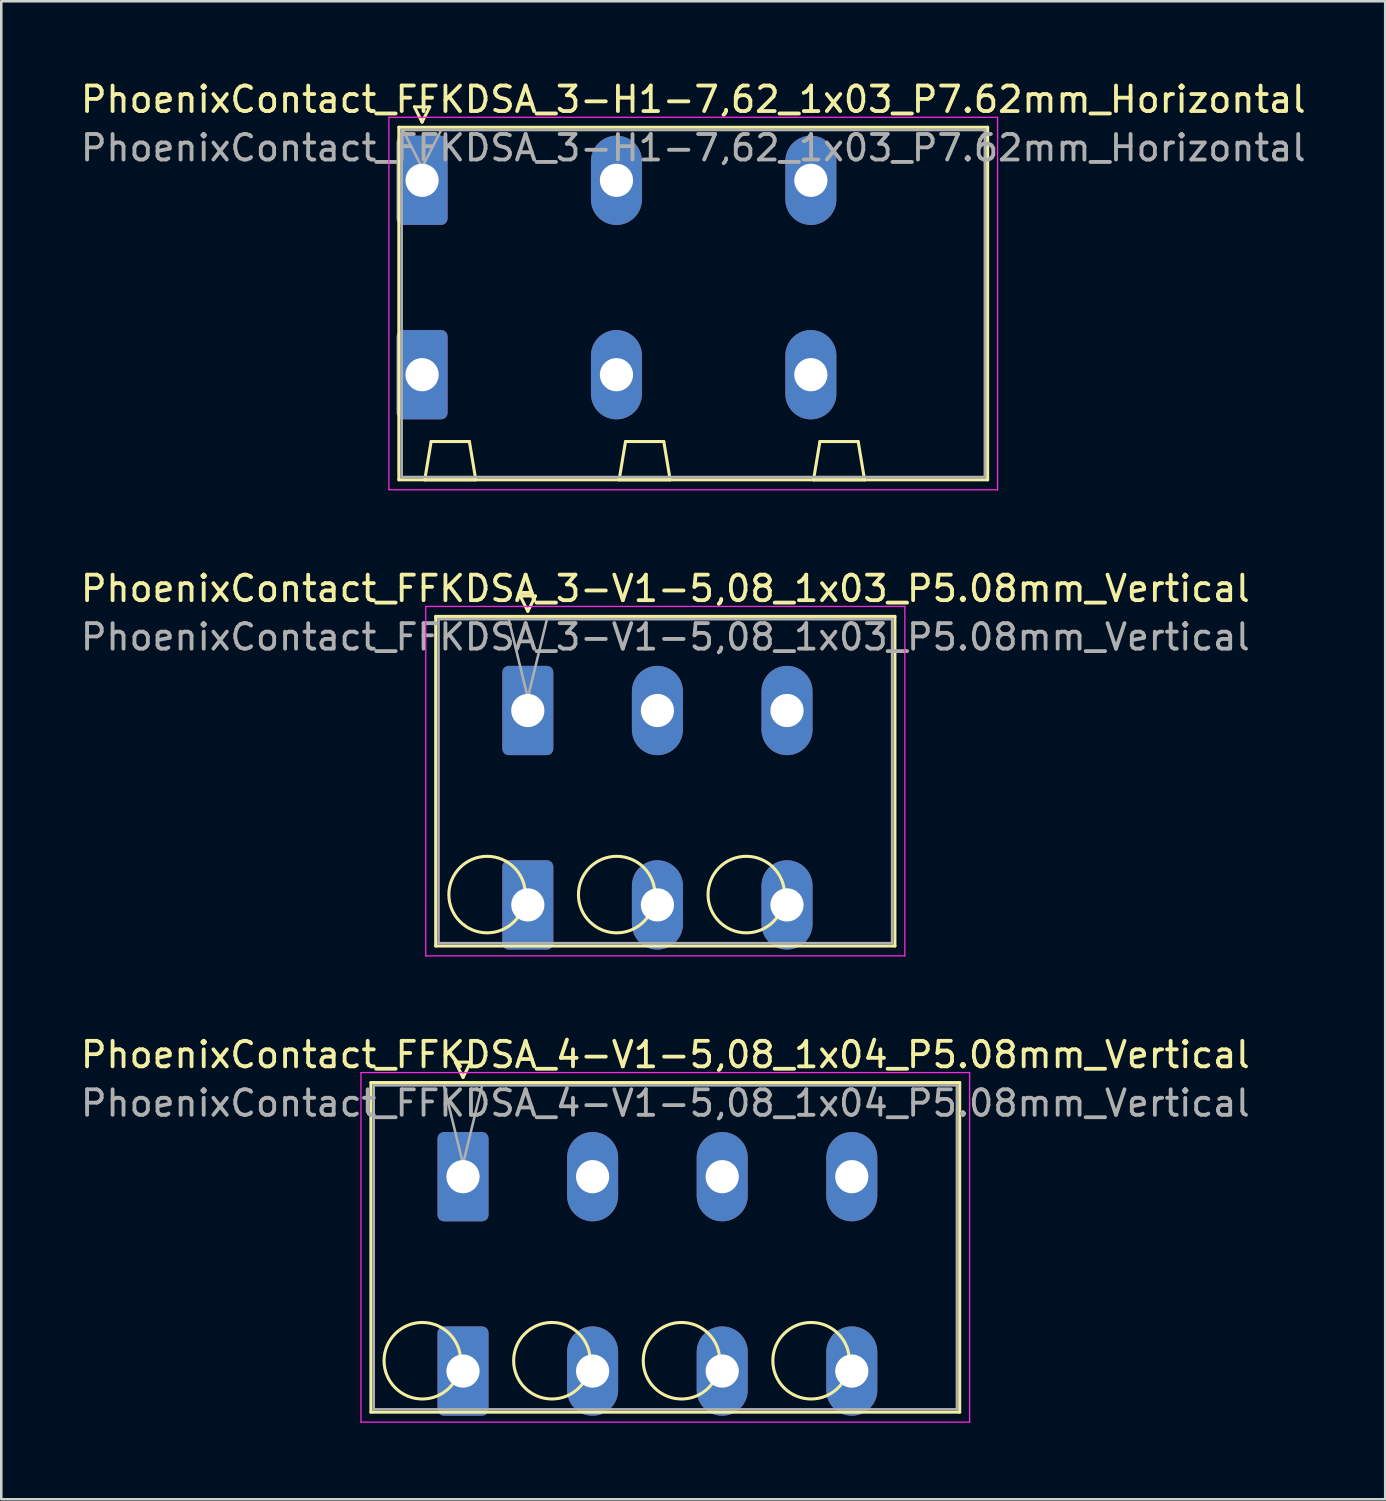
<source format=kicad_pcb>
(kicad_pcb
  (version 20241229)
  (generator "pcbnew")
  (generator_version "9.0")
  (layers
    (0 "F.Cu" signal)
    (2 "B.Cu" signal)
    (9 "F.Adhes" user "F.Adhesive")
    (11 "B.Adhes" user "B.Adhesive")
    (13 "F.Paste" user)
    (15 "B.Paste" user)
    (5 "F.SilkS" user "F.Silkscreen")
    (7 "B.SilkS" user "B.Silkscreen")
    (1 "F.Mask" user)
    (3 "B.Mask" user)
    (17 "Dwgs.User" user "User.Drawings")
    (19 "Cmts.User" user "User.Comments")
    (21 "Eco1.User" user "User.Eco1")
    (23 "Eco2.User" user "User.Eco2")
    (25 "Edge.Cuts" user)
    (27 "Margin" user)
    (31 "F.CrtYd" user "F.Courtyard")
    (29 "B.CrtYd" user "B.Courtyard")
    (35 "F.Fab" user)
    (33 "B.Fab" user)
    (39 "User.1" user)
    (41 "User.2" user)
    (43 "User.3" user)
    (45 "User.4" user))
  (footprint "PhoenixContact_FFKDSA_3-H1-7,62_1x03_P7.62mm_Horizontal"
    (layer "F.Cu")
    (at 13.495 4.018)
    (property "Reference" "PhoenixContact_FFKDSA_3-H1-7,62_1x03_P7.62mm_Horizontal" (at 10.63 -3.17 0) (layer "F.SilkS") (effects (font (size 1 1) (thickness 0.15))))
    (attr through_hole)
    (fp_line (start -0.91 -2.08) (end -0.91 11.74) (stroke (width 0.12) (type solid)) (layer "F.SilkS"))
    (fp_line (start -0.91 11.74) (end 22.17 11.74) (stroke (width 0.12) (type solid)) (layer "F.SilkS"))
    (fp_line (start -0.3 -2.88) (end 0.3 -2.88) (stroke (width 0.12) (type solid)) (layer "F.SilkS"))
    (fp_line (start 0 -2.28) (end -0.3 -2.88) (stroke (width 0.12) (type solid)) (layer "F.SilkS"))
    (fp_line (start 0.105 11.74) (end 2.105 11.74) (stroke (width 0.12) (type solid)) (layer "F.SilkS"))
    (fp_line (start 0.3 -2.88) (end 0 -2.28) (stroke (width 0.12) (type solid)) (layer "F.SilkS"))
    (fp_line (start 0.355 10.24) (end 0.105 11.74) (stroke (width 0.12) (type solid)) (layer "F.SilkS"))
    (fp_line (start 1.855 10.24) (end 0.355 10.24) (stroke (width 0.12) (type solid)) (layer "F.SilkS"))
    (fp_line (start 2.105 11.74) (end 1.855 10.24) (stroke (width 0.12) (type solid)) (layer "F.SilkS"))
    (fp_line (start 7.725 11.74) (end 9.725 11.74) (stroke (width 0.12) (type solid)) (layer "F.SilkS"))
    (fp_line (start 7.975 10.24) (end 7.725 11.74) (stroke (width 0.12) (type solid)) (layer "F.SilkS"))
    (fp_line (start 9.475 10.24) (end 7.975 10.24) (stroke (width 0.12) (type solid)) (layer "F.SilkS"))
    (fp_line (start 9.725 11.74) (end 9.475 10.24) (stroke (width 0.12) (type solid)) (layer "F.SilkS"))
    (fp_line (start 15.345 11.74) (end 17.345 11.74) (stroke (width 0.12) (type solid)) (layer "F.SilkS"))
    (fp_line (start 15.595 10.24) (end 15.345 11.74) (stroke (width 0.12) (type solid)) (layer "F.SilkS"))
    (fp_line (start 17.095 10.24) (end 15.595 10.24) (stroke (width 0.12) (type solid)) (layer "F.SilkS"))
    (fp_line (start 17.345 11.74) (end 17.095 10.24) (stroke (width 0.12) (type solid)) (layer "F.SilkS"))
    (fp_line (start 22.17 -2.08) (end -0.91 -2.08) (stroke (width 0.12) (type solid)) (layer "F.SilkS"))
    (fp_line (start 22.17 11.74) (end 22.17 -2.08) (stroke (width 0.12) (type solid)) (layer "F.SilkS"))
    (fp_line (start -1.3 -2.47) (end -1.3 12.13) (stroke (width 0.05) (type solid)) (layer "F.CrtYd"))
    (fp_line (start -1.3 12.13) (end 22.56 12.13) (stroke (width 0.05) (type solid)) (layer "F.CrtYd"))
    (fp_line (start 22.56 -2.47) (end -1.3 -2.47) (stroke (width 0.05) (type solid)) (layer "F.CrtYd"))
    (fp_line (start 22.56 12.13) (end 22.56 -2.47) (stroke (width 0.05) (type solid)) (layer "F.CrtYd"))
    (fp_line (start -0.8 -1.97) (end -0.8 11.63) (stroke (width 0.1) (type solid)) (layer "F.Fab"))
    (fp_line (start -0.8 11.63) (end 22.06 11.63) (stroke (width 0.1) (type solid)) (layer "F.Fab"))
    (fp_line (start 0 -0.5) (end -0.75 -1.97) (stroke (width 0.1) (type solid)) (layer "F.Fab"))
    (fp_line (start 0.75 -1.97) (end 0 -0.5) (stroke (width 0.1) (type solid)) (layer "F.Fab"))
    (fp_line (start 22.06 -1.97) (end -0.8 -1.97) (stroke (width 0.1) (type solid)) (layer "F.Fab"))
    (fp_line (start 22.06 11.63) (end 22.06 -1.97) (stroke (width 0.1) (type solid)) (layer "F.Fab"))
    (fp_text user "${REFERENCE}" (at 10.63 -1.27 0) (layer "F.Fab") (effects (font (size 1 1) (thickness 0.15))))
    (pad "1" thru_hole roundrect (at 0 0) (size 2 3.5) (drill 1.3) (layers "*.Cu" "*.Mask") (roundrect_rratio 0.125))
    (pad "1" thru_hole roundrect (at 0 7.62) (size 2 3.5) (drill 1.3) (layers "*.Cu" "*.Mask") (roundrect_rratio 0.125))
    (pad "2" thru_hole oval (at 7.62 0) (size 2 3.5) (drill 1.3) (layers "*.Cu" "*.Mask"))
    (pad "2" thru_hole oval (at 7.62 7.62) (size 2 3.5) (drill 1.3) (layers "*.Cu" "*.Mask"))
    (pad "3" thru_hole oval (at 15.24 0) (size 2 3.5) (drill 1.3) (layers "*.Cu" "*.Mask"))
    (pad "3" thru_hole oval (at 15.24 7.62) (size 2 3.5) (drill 1.3) (layers "*.Cu" "*.Mask")))
  (footprint "PhoenixContact_FFKDSA_3-V1-5,08_1x03_P5.08mm_Vertical"
    (layer "F.Cu")
    (at 17.64 24.802)
    (property "Reference" "PhoenixContact_FFKDSA_3-V1-5,08_1x03_P5.08mm_Vertical" (at 5.39 -4.78 0) (layer "F.SilkS") (effects (font (size 1 1) (thickness 0.15))))
    (attr through_hole)
    (fp_line (start -3.61 -3.69) (end -3.61 9.23) (stroke (width 0.12) (type solid)) (layer "F.SilkS"))
    (fp_line (start -3.61 9.23) (end 14.39 9.23) (stroke (width 0.12) (type solid)) (layer "F.SilkS"))
    (fp_line (start -0.3 -4.49) (end 0.3 -4.49) (stroke (width 0.12) (type solid)) (layer "F.SilkS"))
    (fp_line (start 0 -3.89) (end -0.3 -4.49) (stroke (width 0.12) (type solid)) (layer "F.SilkS"))
    (fp_line (start 0.3 -4.49) (end 0 -3.89) (stroke (width 0.12) (type solid)) (layer "F.SilkS"))
    (fp_line (start 14.39 -3.69) (end -3.61 -3.69) (stroke (width 0.12) (type solid)) (layer "F.SilkS"))
    (fp_line (start 14.39 9.23) (end 14.39 -3.69) (stroke (width 0.12) (type solid)) (layer "F.SilkS"))
    (fp_circle (center -1.595 7.215) (end -0.095 7.215) (stroke (width 0.12) (type solid)) (fill no) (layer "F.SilkS"))
    (fp_circle (center 3.485 7.215) (end 4.985 7.215) (stroke (width 0.12) (type solid)) (fill no) (layer "F.SilkS"))
    (fp_circle (center 8.565 7.215) (end 10.065 7.215) (stroke (width 0.12) (type solid)) (fill no) (layer "F.SilkS"))
    (fp_line (start -4 -4.08) (end -4 9.62) (stroke (width 0.05) (type solid)) (layer "F.CrtYd"))
    (fp_line (start -4 9.62) (end 14.78 9.62) (stroke (width 0.05) (type solid)) (layer "F.CrtYd"))
    (fp_line (start 14.78 -4.08) (end -4 -4.08) (stroke (width 0.05) (type solid)) (layer "F.CrtYd"))
    (fp_line (start 14.78 9.62) (end 14.78 -4.08) (stroke (width 0.05) (type solid)) (layer "F.CrtYd"))
    (fp_line (start -3.5 -3.58) (end -3.5 9.12) (stroke (width 0.1) (type solid)) (layer "F.Fab"))
    (fp_line (start -3.5 9.12) (end 14.28 9.12) (stroke (width 0.1) (type solid)) (layer "F.Fab"))
    (fp_line (start 0 -0.5) (end -0.75 -3.58) (stroke (width 0.1) (type solid)) (layer "F.Fab"))
    (fp_line (start 0.75 -3.58) (end 0 -0.5) (stroke (width 0.1) (type solid)) (layer "F.Fab"))
    (fp_line (start 14.28 -3.58) (end -3.5 -3.58) (stroke (width 0.1) (type solid)) (layer "F.Fab"))
    (fp_line (start 14.28 9.12) (end 14.28 -3.58) (stroke (width 0.1) (type solid)) (layer "F.Fab"))
    (fp_text user "${REFERENCE}" (at 5.39 -2.88 0) (layer "F.Fab") (effects (font (size 1 1) (thickness 0.15))))
    (pad "1" thru_hole roundrect (at 0 0) (size 2 3.5) (drill 1.3) (layers "*.Cu" "*.Mask") (roundrect_rratio 0.125))
    (pad "1" thru_hole roundrect (at 0 7.62) (size 2 3.5) (drill 1.3) (layers "*.Cu" "*.Mask") (roundrect_rratio 0.125))
    (pad "2" thru_hole oval (at 5.08 0) (size 2 3.5) (drill 1.3) (layers "*.Cu" "*.Mask"))
    (pad "2" thru_hole oval (at 5.08 7.62) (size 2 3.5) (drill 1.3) (layers "*.Cu" "*.Mask"))
    (pad "3" thru_hole oval (at 10.16 0) (size 2 3.5) (drill 1.3) (layers "*.Cu" "*.Mask"))
    (pad "3" thru_hole oval (at 10.16 7.62) (size 2 3.5) (drill 1.3) (layers "*.Cu" "*.Mask")))
  (footprint "PhoenixContact_FFKDSA_4-V1-5,08_1x04_P5.08mm_Vertical"
    (layer "F.Cu")
    (at 15.1 43.075)
    (property "Reference" "PhoenixContact_FFKDSA_4-V1-5,08_1x04_P5.08mm_Vertical" (at 7.93 -4.78 0) (layer "F.SilkS") (effects (font (size 1 1) (thickness 0.15))))
    (attr through_hole)
    (fp_line (start -3.61 -3.69) (end -3.61 9.23) (stroke (width 0.12) (type solid)) (layer "F.SilkS"))
    (fp_line (start -3.61 9.23) (end 19.47 9.23) (stroke (width 0.12) (type solid)) (layer "F.SilkS"))
    (fp_line (start -0.3 -4.49) (end 0.3 -4.49) (stroke (width 0.12) (type solid)) (layer "F.SilkS"))
    (fp_line (start 0 -3.89) (end -0.3 -4.49) (stroke (width 0.12) (type solid)) (layer "F.SilkS"))
    (fp_line (start 0.3 -4.49) (end 0 -3.89) (stroke (width 0.12) (type solid)) (layer "F.SilkS"))
    (fp_line (start 19.47 -3.69) (end -3.61 -3.69) (stroke (width 0.12) (type solid)) (layer "F.SilkS"))
    (fp_line (start 19.47 9.23) (end 19.47 -3.69) (stroke (width 0.12) (type solid)) (layer "F.SilkS"))
    (fp_circle (center -1.595 7.215) (end -0.095 7.215) (stroke (width 0.12) (type solid)) (fill no) (layer "F.SilkS"))
    (fp_circle (center 3.485 7.215) (end 4.985 7.215) (stroke (width 0.12) (type solid)) (fill no) (layer "F.SilkS"))
    (fp_circle (center 8.565 7.215) (end 10.065 7.215) (stroke (width 0.12) (type solid)) (fill no) (layer "F.SilkS"))
    (fp_circle (center 13.645 7.215) (end 15.145 7.215) (stroke (width 0.12) (type solid)) (fill no) (layer "F.SilkS"))
    (fp_line (start -4 -4.08) (end -4 9.62) (stroke (width 0.05) (type solid)) (layer "F.CrtYd"))
    (fp_line (start -4 9.62) (end 19.86 9.62) (stroke (width 0.05) (type solid)) (layer "F.CrtYd"))
    (fp_line (start 19.86 -4.08) (end -4 -4.08) (stroke (width 0.05) (type solid)) (layer "F.CrtYd"))
    (fp_line (start 19.86 9.62) (end 19.86 -4.08) (stroke (width 0.05) (type solid)) (layer "F.CrtYd"))
    (fp_line (start -3.5 -3.58) (end -3.5 9.12) (stroke (width 0.1) (type solid)) (layer "F.Fab"))
    (fp_line (start -3.5 9.12) (end 19.36 9.12) (stroke (width 0.1) (type solid)) (layer "F.Fab"))
    (fp_line (start 0 -0.5) (end -0.75 -3.58) (stroke (width 0.1) (type solid)) (layer "F.Fab"))
    (fp_line (start 0.75 -3.58) (end 0 -0.5) (stroke (width 0.1) (type solid)) (layer "F.Fab"))
    (fp_line (start 19.36 -3.58) (end -3.5 -3.58) (stroke (width 0.1) (type solid)) (layer "F.Fab"))
    (fp_line (start 19.36 9.12) (end 19.36 -3.58) (stroke (width 0.1) (type solid)) (layer "F.Fab"))
    (fp_text user "${REFERENCE}" (at 7.93 -2.88 0) (layer "F.Fab") (effects (font (size 1 1) (thickness 0.15))))
    (pad "1" thru_hole roundrect (at 0 0) (size 2 3.5) (drill 1.3) (layers "*.Cu" "*.Mask") (roundrect_rratio 0.125))
    (pad "1" thru_hole roundrect (at 0 7.62) (size 2 3.5) (drill 1.3) (layers "*.Cu" "*.Mask") (roundrect_rratio 0.125))
    (pad "2" thru_hole oval (at 5.08 0) (size 2 3.5) (drill 1.3) (layers "*.Cu" "*.Mask"))
    (pad "2" thru_hole oval (at 5.08 7.62) (size 2 3.5) (drill 1.3) (layers "*.Cu" "*.Mask"))
    (pad "3" thru_hole oval (at 10.16 0) (size 2 3.5) (drill 1.3) (layers "*.Cu" "*.Mask"))
    (pad "3" thru_hole oval (at 10.16 7.62) (size 2 3.5) (drill 1.3) (layers "*.Cu" "*.Mask"))
    (pad "4" thru_hole oval (at 15.24 0) (size 2 3.5) (drill 1.3) (layers "*.Cu" "*.Mask"))
    (pad "4" thru_hole oval (at 15.24 7.62) (size 2 3.5) (drill 1.3) (layers "*.Cu" "*.Mask")))
  (gr_rect
    (start -3 -3)
    (end 51.25 55.72)
    (stroke (width 0.1) (type default))
    (fill no)
    (layer "Edge.Cuts")))
</source>
